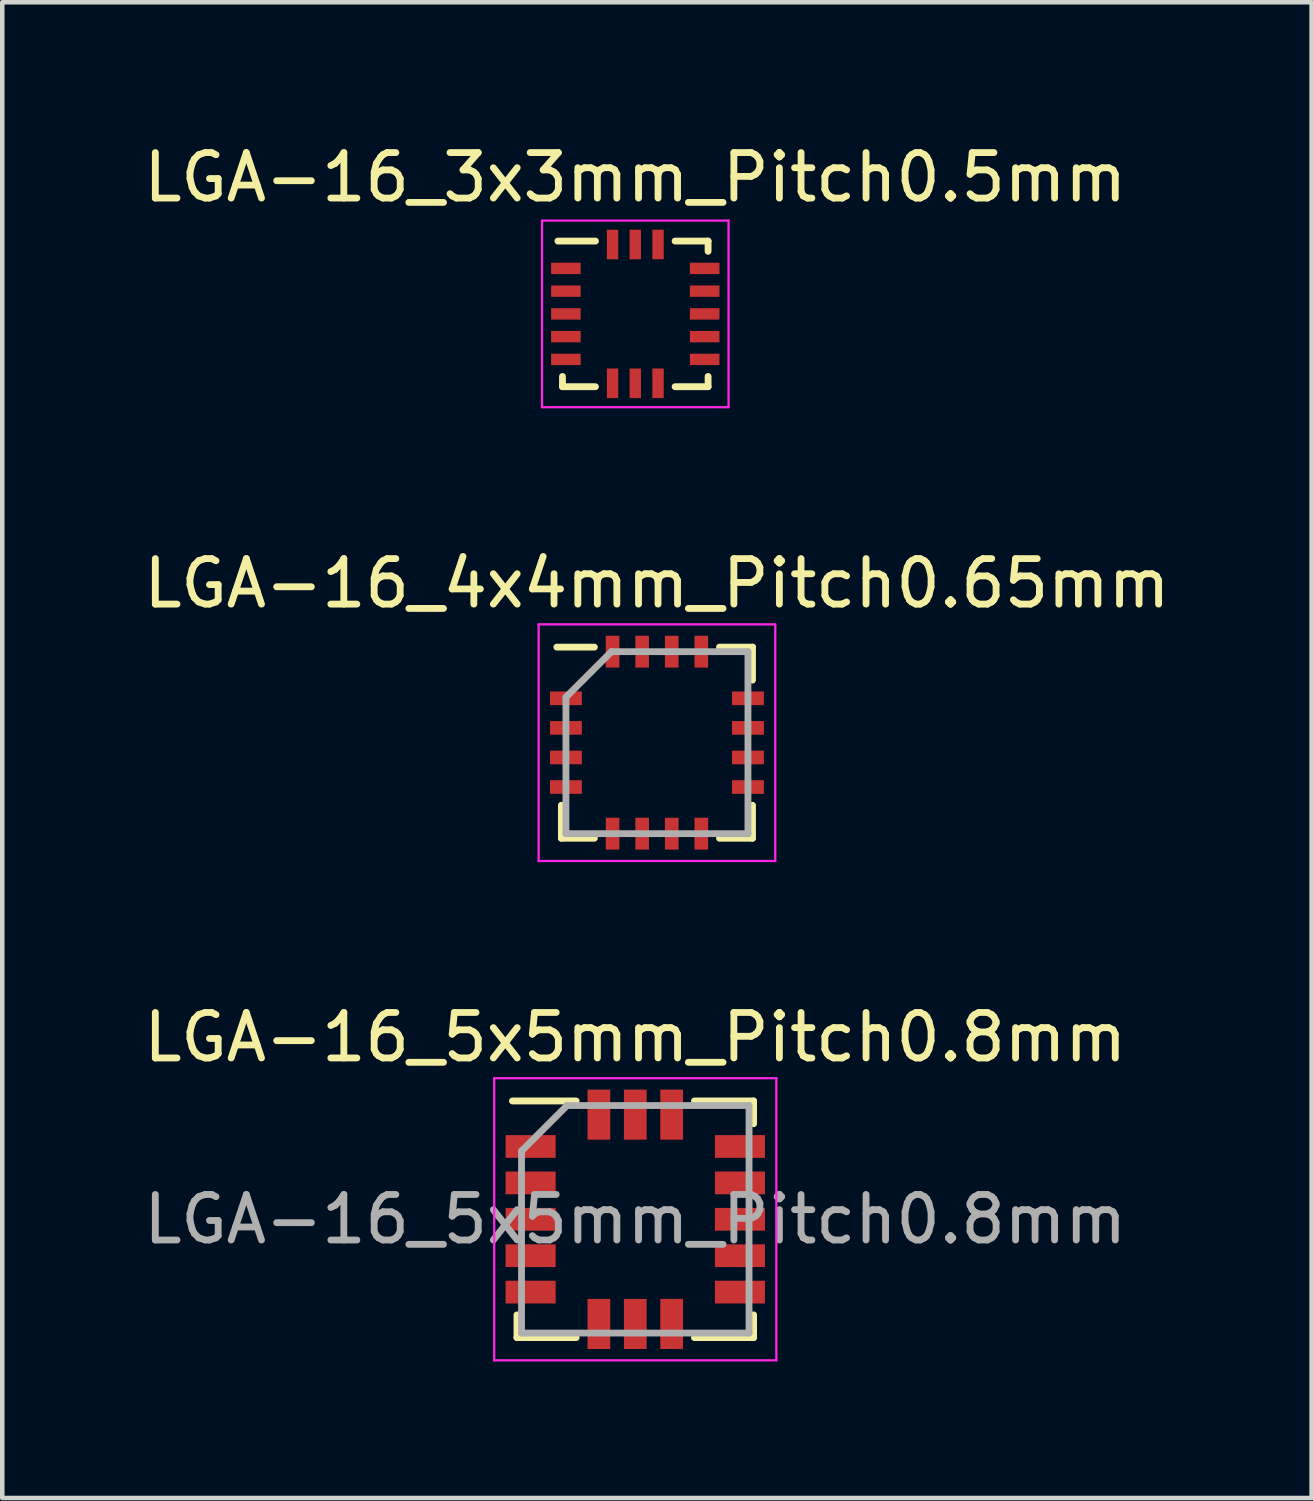
<source format=kicad_pcb>
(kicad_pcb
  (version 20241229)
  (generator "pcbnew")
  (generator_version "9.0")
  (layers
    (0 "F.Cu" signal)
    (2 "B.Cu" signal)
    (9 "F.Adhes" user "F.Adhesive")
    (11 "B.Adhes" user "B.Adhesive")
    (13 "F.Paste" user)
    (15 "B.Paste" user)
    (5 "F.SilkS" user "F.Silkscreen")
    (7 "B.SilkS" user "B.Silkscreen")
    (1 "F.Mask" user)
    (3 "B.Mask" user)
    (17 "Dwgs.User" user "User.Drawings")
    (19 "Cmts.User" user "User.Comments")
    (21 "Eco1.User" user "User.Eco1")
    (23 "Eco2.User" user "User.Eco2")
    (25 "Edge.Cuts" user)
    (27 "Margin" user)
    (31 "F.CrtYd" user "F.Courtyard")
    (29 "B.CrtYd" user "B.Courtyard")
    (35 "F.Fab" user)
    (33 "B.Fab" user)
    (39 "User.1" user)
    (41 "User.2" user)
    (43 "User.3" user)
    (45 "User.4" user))
  (footprint "LGA-16_3x3mm_Pitch0.5mm"
    (layer "F.Cu")
    (at 10.911 3.848)
    (property "Reference" "LGA-16_3x3mm_Pitch0.5mm" (at 0 -3 0) (layer "F.SilkS") (effects (font (size 1 1) (thickness 0.15))))
    (attr through_hole)
    (fp_line (start -1.6 1.6) (end -1.6 1.375) (stroke (width 0.15) (type solid)) (layer "F.SilkS"))
    (fp_line (start -0.875 -1.6) (end -1.7 -1.6) (stroke (width 0.15) (type solid)) (layer "F.SilkS"))
    (fp_line (start -0.875 1.6) (end -1.6 1.6) (stroke (width 0.15) (type solid)) (layer "F.SilkS"))
    (fp_line (start 0.875 -1.6) (end 1.6 -1.6) (stroke (width 0.15) (type solid)) (layer "F.SilkS"))
    (fp_line (start 0.875 1.6) (end 1.6 1.6) (stroke (width 0.15) (type solid)) (layer "F.SilkS"))
    (fp_line (start 1.6 -1.6) (end 1.6 -1.375) (stroke (width 0.15) (type solid)) (layer "F.SilkS"))
    (fp_line (start 1.6 1.6) (end 1.6 1.375) (stroke (width 0.15) (type solid)) (layer "F.SilkS"))
    (fp_line (start -2.05 -2.05) (end -2.05 2.05) (stroke (width 0.05) (type solid)) (layer "F.CrtYd"))
    (fp_line (start -2.05 2.05) (end 2.05 2.05) (stroke (width 0.05) (type solid)) (layer "F.CrtYd"))
    (fp_line (start 2.05 -2.05) (end -2.05 -2.05) (stroke (width 0.05) (type solid)) (layer "F.CrtYd"))
    (fp_line (start 2.05 2.05) (end 2.05 -2.05) (stroke (width 0.05) (type solid)) (layer "F.CrtYd"))
    (pad "1" smd rect (at -1.525 -1) (size 0.65 0.25) (layers "F.Cu" "F.Mask" "F.Paste"))
    (pad "2" smd rect (at -1.525 -0.5) (size 0.65 0.25) (layers "F.Cu" "F.Mask" "F.Paste"))
    (pad "3" smd rect (at -1.525 0) (size 0.65 0.25) (layers "F.Cu" "F.Mask" "F.Paste"))
    (pad "4" smd rect (at -1.525 0.5) (size 0.65 0.25) (layers "F.Cu" "F.Mask" "F.Paste"))
    (pad "5" smd rect (at -1.525 1) (size 0.65 0.25) (layers "F.Cu" "F.Mask" "F.Paste"))
    (pad "6" smd rect (at -0.5 1.525) (size 0.25 0.65) (layers "F.Cu" "F.Mask" "F.Paste"))
    (pad "7" smd rect (at 0 1.525) (size 0.25 0.65) (layers "F.Cu" "F.Mask" "F.Paste"))
    (pad "8" smd rect (at 0.5 1.525) (size 0.25 0.65) (layers "F.Cu" "F.Mask" "F.Paste"))
    (pad "9" smd rect (at 1.525 1) (size 0.65 0.25) (layers "F.Cu" "F.Mask" "F.Paste"))
    (pad "10" smd rect (at 1.525 0.5) (size 0.65 0.25) (layers "F.Cu" "F.Mask" "F.Paste"))
    (pad "11" smd rect (at 1.525 0) (size 0.65 0.25) (layers "F.Cu" "F.Mask" "F.Paste"))
    (pad "12" smd rect (at 1.525 -0.5) (size 0.65 0.25) (layers "F.Cu" "F.Mask" "F.Paste"))
    (pad "13" smd rect (at 1.525 -1) (size 0.65 0.25) (layers "F.Cu" "F.Mask" "F.Paste"))
    (pad "14" smd rect (at 0.5 -1.525) (size 0.25 0.65) (layers "F.Cu" "F.Mask" "F.Paste"))
    (pad "15" smd rect (at 0 -1.525) (size 0.25 0.65) (layers "F.Cu" "F.Mask" "F.Paste"))
    (pad "16" smd rect (at -0.5 -1.525) (size 0.25 0.65) (layers "F.Cu" "F.Mask" "F.Paste")))
  (footprint "LGA-16_5x5mm_Pitch0.8mm"
    (layer "F.Cu")
    (at 10.911 23.745)
    (property "Reference" "LGA-16_5x5mm_Pitch0.8mm" (at 0 -4 0) (layer "F.SilkS") (effects (font (size 1 1) (thickness 0.15))))
    (attr smd)
    (fp_line (start -2.6 2.6) (end -2.6 2.1) (stroke (width 0.15) (type solid)) (layer "F.SilkS"))
    (fp_line (start -1.3 -2.6) (end -2.7 -2.6) (stroke (width 0.15) (type solid)) (layer "F.SilkS"))
    (fp_line (start -1.3 2.6) (end -2.6 2.6) (stroke (width 0.15) (type solid)) (layer "F.SilkS"))
    (fp_line (start 1.3 -2.6) (end 2.6 -2.6) (stroke (width 0.15) (type solid)) (layer "F.SilkS"))
    (fp_line (start 1.3 2.6) (end 2.6 2.6) (stroke (width 0.15) (type solid)) (layer "F.SilkS"))
    (fp_line (start 2.6 -2.6) (end 2.6 -2.1) (stroke (width 0.15) (type solid)) (layer "F.SilkS"))
    (fp_line (start 2.6 2.6) (end 2.6 2.1) (stroke (width 0.15) (type solid)) (layer "F.SilkS"))
    (fp_line (start -3.1 -3.1) (end -3.1 3.1) (stroke (width 0.05) (type solid)) (layer "F.CrtYd"))
    (fp_line (start -3.1 3.1) (end 3.1 3.1) (stroke (width 0.05) (type solid)) (layer "F.CrtYd"))
    (fp_line (start 3.1 -3.1) (end -3.1 -3.1) (stroke (width 0.05) (type solid)) (layer "F.CrtYd"))
    (fp_line (start 3.1 3.1) (end 3.1 -3.1) (stroke (width 0.05) (type solid)) (layer "F.CrtYd"))
    (fp_line (start -2.5 -1.5) (end -1.5 -2.5) (stroke (width 0.15) (type solid)) (layer "F.Fab"))
    (fp_line (start -2.5 2.5) (end -2.5 -1.5) (stroke (width 0.15) (type solid)) (layer "F.Fab"))
    (fp_line (start -1.5 -2.5) (end 2.5 -2.5) (stroke (width 0.15) (type solid)) (layer "F.Fab"))
    (fp_line (start 2.5 -2.5) (end 2.5 2.5) (stroke (width 0.15) (type solid)) (layer "F.Fab"))
    (fp_line (start 2.5 2.5) (end -2.5 2.5) (stroke (width 0.15) (type solid)) (layer "F.Fab"))
    (fp_text user "${REFERENCE}" (at 0 0 0) (layer "F.Fab") (effects (font (size 1 1) (thickness 0.15))))
    (pad "1" smd rect (at -2.3 -1.6) (size 1.1 0.5) (layers "F.Cu" "F.Mask" "F.Paste"))
    (pad "2" smd rect (at -2.3 -0.8) (size 1.1 0.5) (layers "F.Cu" "F.Mask" "F.Paste"))
    (pad "3" smd rect (at -2.3 0) (size 1.1 0.5) (layers "F.Cu" "F.Mask" "F.Paste"))
    (pad "4" smd rect (at -2.3 0.8) (size 1.1 0.5) (layers "F.Cu" "F.Mask" "F.Paste"))
    (pad "5" smd rect (at -2.3 1.6) (size 1.1 0.5) (layers "F.Cu" "F.Mask" "F.Paste"))
    (pad "6" smd rect (at -0.8 2.3) (size 0.5 1.1) (layers "F.Cu" "F.Mask" "F.Paste"))
    (pad "7" smd rect (at 0 2.3) (size 0.5 1.1) (layers "F.Cu" "F.Mask" "F.Paste"))
    (pad "8" smd rect (at 0.8 2.3) (size 0.5 1.1) (layers "F.Cu" "F.Mask" "F.Paste"))
    (pad "9" smd rect (at 2.3 1.6) (size 1.1 0.5) (layers "F.Cu" "F.Mask" "F.Paste"))
    (pad "10" smd rect (at 2.3 0.8) (size 1.1 0.5) (layers "F.Cu" "F.Mask" "F.Paste"))
    (pad "11" smd rect (at 2.3 0) (size 1.1 0.5) (layers "F.Cu" "F.Mask" "F.Paste"))
    (pad "12" smd rect (at 2.3 -0.8) (size 1.1 0.5) (layers "F.Cu" "F.Mask" "F.Paste"))
    (pad "13" smd rect (at 2.3 -1.6) (size 1.1 0.5) (layers "F.Cu" "F.Mask" "F.Paste"))
    (pad "14" smd rect (at 0.8 -2.3) (size 0.5 1.1) (layers "F.Cu" "F.Mask" "F.Paste"))
    (pad "15" smd rect (at 0 -2.3) (size 0.5 1.1) (layers "F.Cu" "F.Mask" "F.Paste"))
    (pad "16" smd rect (at -0.8 -2.3) (size 0.5 1.1) (layers "F.Cu" "F.Mask" "F.Paste")))
  (footprint "LGA-16_4x4mm_Pitch0.65mm"
    (layer "F.Cu")
    (at 11.387 13.271)
    (property "Reference" "LGA-16_4x4mm_Pitch0.65mm" (at 0 -3.5 0) (layer "F.SilkS") (effects (font (size 1 1) (thickness 0.15))))
    (attr smd)
    (fp_line (start -2.1 2.1) (end -2.1 1.375) (stroke (width 0.15) (type solid)) (layer "F.SilkS"))
    (fp_line (start -1.375 -2.1) (end -2.2 -2.1) (stroke (width 0.15) (type solid)) (layer "F.SilkS"))
    (fp_line (start -1.375 2.1) (end -2.1 2.1) (stroke (width 0.15) (type solid)) (layer "F.SilkS"))
    (fp_line (start 1.375 -2.1) (end 2.1 -2.1) (stroke (width 0.15) (type solid)) (layer "F.SilkS"))
    (fp_line (start 1.375 2.1) (end 2.1 2.1) (stroke (width 0.15) (type solid)) (layer "F.SilkS"))
    (fp_line (start 2.1 -2.1) (end 2.1 -1.375) (stroke (width 0.15) (type solid)) (layer "F.SilkS"))
    (fp_line (start 2.1 2.1) (end 2.1 1.375) (stroke (width 0.15) (type solid)) (layer "F.SilkS"))
    (fp_line (start -2.6 -2.6) (end -2.6 2.6) (stroke (width 0.05) (type solid)) (layer "F.CrtYd"))
    (fp_line (start -2.6 2.6) (end 2.6 2.6) (stroke (width 0.05) (type solid)) (layer "F.CrtYd"))
    (fp_line (start 2.6 -2.6) (end -2.6 -2.6) (stroke (width 0.05) (type solid)) (layer "F.CrtYd"))
    (fp_line (start 2.6 2.6) (end 2.6 -2.6) (stroke (width 0.05) (type solid)) (layer "F.CrtYd"))
    (fp_line (start -2 -1) (end -1 -2) (stroke (width 0.15) (type solid)) (layer "F.Fab"))
    (fp_line (start -2 2) (end -2 -1) (stroke (width 0.15) (type solid)) (layer "F.Fab"))
    (fp_line (start -1 -2) (end 2 -2) (stroke (width 0.15) (type solid)) (layer "F.Fab"))
    (fp_line (start 2 -2) (end 2 2) (stroke (width 0.15) (type solid)) (layer "F.Fab"))
    (fp_line (start 2 2) (end -2 2) (stroke (width 0.15) (type solid)) (layer "F.Fab"))
    (pad "1" smd rect (at -2 -0.975) (size 0.7 0.3) (layers "F.Cu" "F.Mask" "F.Paste"))
    (pad "2" smd rect (at -2 -0.325) (size 0.7 0.3) (layers "F.Cu" "F.Mask" "F.Paste"))
    (pad "3" smd rect (at -2 0.325) (size 0.7 0.3) (layers "F.Cu" "F.Mask" "F.Paste"))
    (pad "4" smd rect (at -2 0.975) (size 0.7 0.3) (layers "F.Cu" "F.Mask" "F.Paste"))
    (pad "5" smd rect (at -0.975 2) (size 0.3 0.7) (layers "F.Cu" "F.Mask" "F.Paste"))
    (pad "6" smd rect (at -0.325 2) (size 0.3 0.7) (layers "F.Cu" "F.Mask" "F.Paste"))
    (pad "7" smd rect (at 0.325 2) (size 0.3 0.7) (layers "F.Cu" "F.Mask" "F.Paste"))
    (pad "8" smd rect (at 0.975 2) (size 0.3 0.7) (layers "F.Cu" "F.Mask" "F.Paste"))
    (pad "9" smd rect (at 2 0.975) (size 0.7 0.3) (layers "F.Cu" "F.Mask" "F.Paste"))
    (pad "10" smd rect (at 2 0.325) (size 0.7 0.3) (layers "F.Cu" "F.Mask" "F.Paste"))
    (pad "11" smd rect (at 2 -0.325) (size 0.7 0.3) (layers "F.Cu" "F.Mask" "F.Paste"))
    (pad "12" smd rect (at 2 -0.975) (size 0.7 0.3) (layers "F.Cu" "F.Mask" "F.Paste"))
    (pad "13" smd rect (at 0.975 -2) (size 0.3 0.7) (layers "F.Cu" "F.Mask" "F.Paste"))
    (pad "14" smd rect (at 0.325 -2) (size 0.3 0.7) (layers "F.Cu" "F.Mask" "F.Paste"))
    (pad "15" smd rect (at -0.325 -2) (size 0.3 0.7) (layers "F.Cu" "F.Mask" "F.Paste"))
    (pad "16" smd rect (at -0.975 -2) (size 0.3 0.7) (layers "F.Cu" "F.Mask" "F.Paste")))
  (gr_rect
    (start -3 -3)
    (end 25.774 29.87)
    (stroke (width 0.1) (type default))
    (fill no)
    (layer "Edge.Cuts")))
</source>
